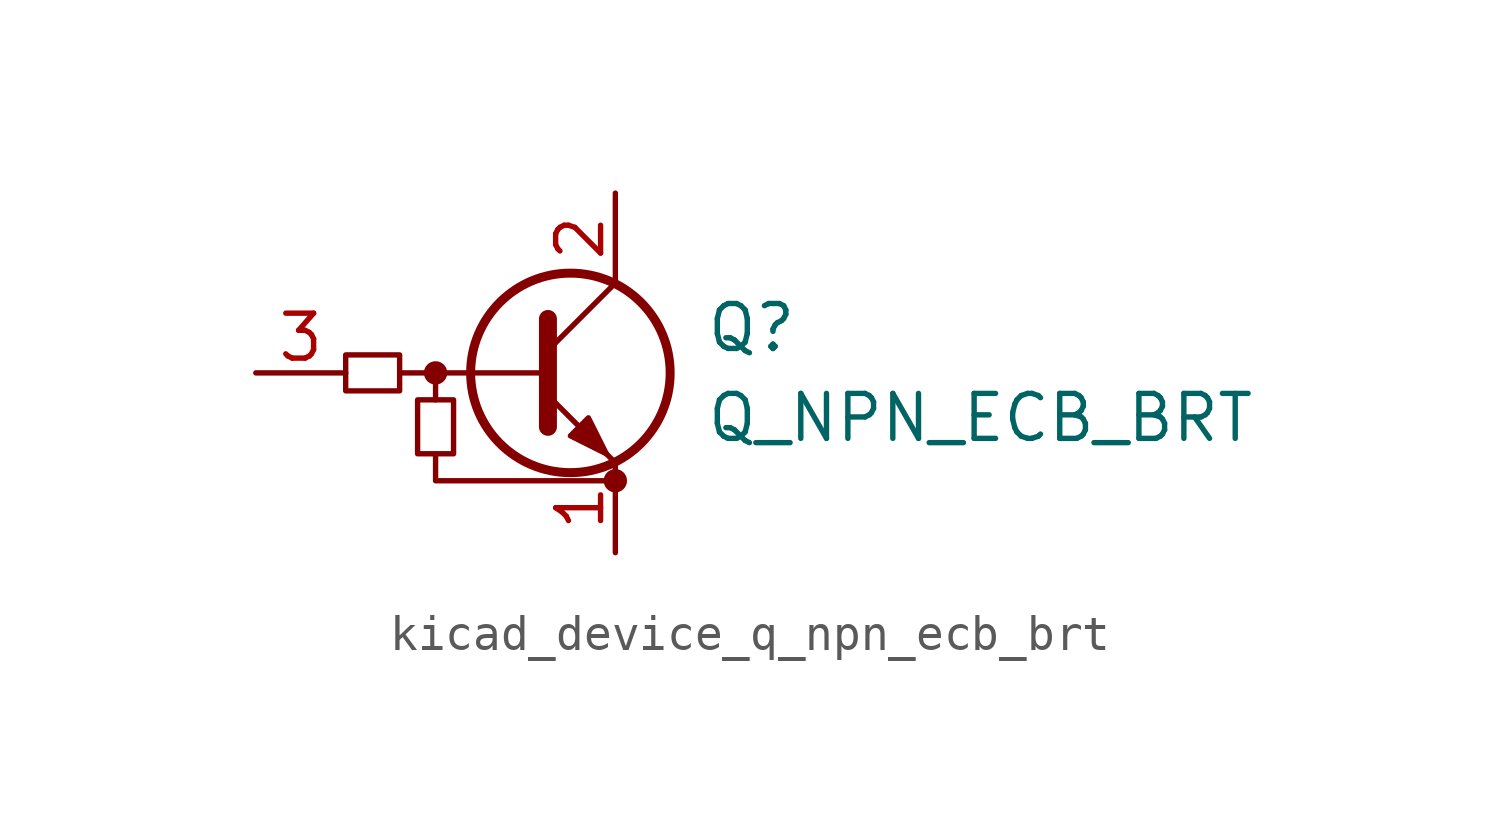
<source format=kicad_sym>
(kicad_symbol_lib
  (version 20220914)
  (generator kicad_symbol_editor)
  (symbol "kicad_device_q_npn_ecb_brt"
    (pin_names hide)
    (property "Reference" "Q"
      (at 3.81 1.27 0)
      (effects (font (size 1.27 1.27)) (justify left)))
    (property "Value" "Q_NPN_ECB_BRT"
      (at 3.81 -1.27 0)
      (effects (font (size 1.27 1.27)) (justify left)))
    (symbol "kicad_device_q_npn_ecb_brt_0_1"
      (rectangle (start -6.35 0.508) (end -4.826 -0.508) (stroke (width 0) (type default)) (fill (type none)))
      (rectangle (start -4.318 -2.286) (end -3.302 -0.762) (stroke (width 0) (type default)) (fill (type none)))
      (circle (center -3.81 0) (radius 0.254) (stroke (width 0) (type default)) (fill (type outline)))
      (polyline (pts (xy -3.81 -0.762) (xy -3.81 0)) (stroke (width 0) (type default)) (fill (type none)))
      (polyline (pts (xy -0.762 0) (xy -4.826 0)) (stroke (width 0) (type default)) (fill (type none)))
      (polyline (pts (xy -0.635 1.524) (xy -0.635 -1.524)) (stroke (width 0.508) (type default)) (fill (type none)))
      (polyline (pts (xy -3.81 -2.286) (xy -3.81 -3.048) (xy 1.27 -3.048)) (stroke (width 0) (type default)) (fill (type none)))
      (circle (center 1.27 -3.048) (radius 0.254) (stroke (width 0) (type default)) (fill (type outline))))
    (symbol "kicad_device_q_npn_ecb_brt_1_1"
      (polyline (pts (xy -0.635 0.635) (xy 1.27 2.54)) (stroke (width 0) (type default)) (fill (type none)))
      (polyline (pts (xy -0.635 -0.635) (xy 1.27 -2.54) (xy 1.27 -2.54)) (stroke (width 0) (type default)) (fill (type none)))
      (polyline (pts (xy 0 -1.778) (xy 0.508 -1.27) (xy 1.016 -2.286) (xy 0 -1.778) (xy 0 -1.778)) (stroke (width 0) (type default)) (fill (type outline)))
      (circle (center 0 0) (radius 2.819) (stroke (width 0.254) (type default)) (fill (type none)))
      (pin passive line (at 1.27 -5.08 90) (length 2.54) (name "E" (effects (font (size 1.27 1.27)))) (number "1" (effects (font (size 1.27 1.27)))))
      (pin passive line (at 1.27 5.08 270) (length 2.54) (name "C" (effects (font (size 1.27 1.27)))) (number "2" (effects (font (size 1.27 1.27)))))
      (pin input line (at -8.89 0 0) (length 2.54) (name "B" (effects (font (size 1.27 1.27)))) (number "3" (effects (font (size 1.27 1.27))))))))
</source>
